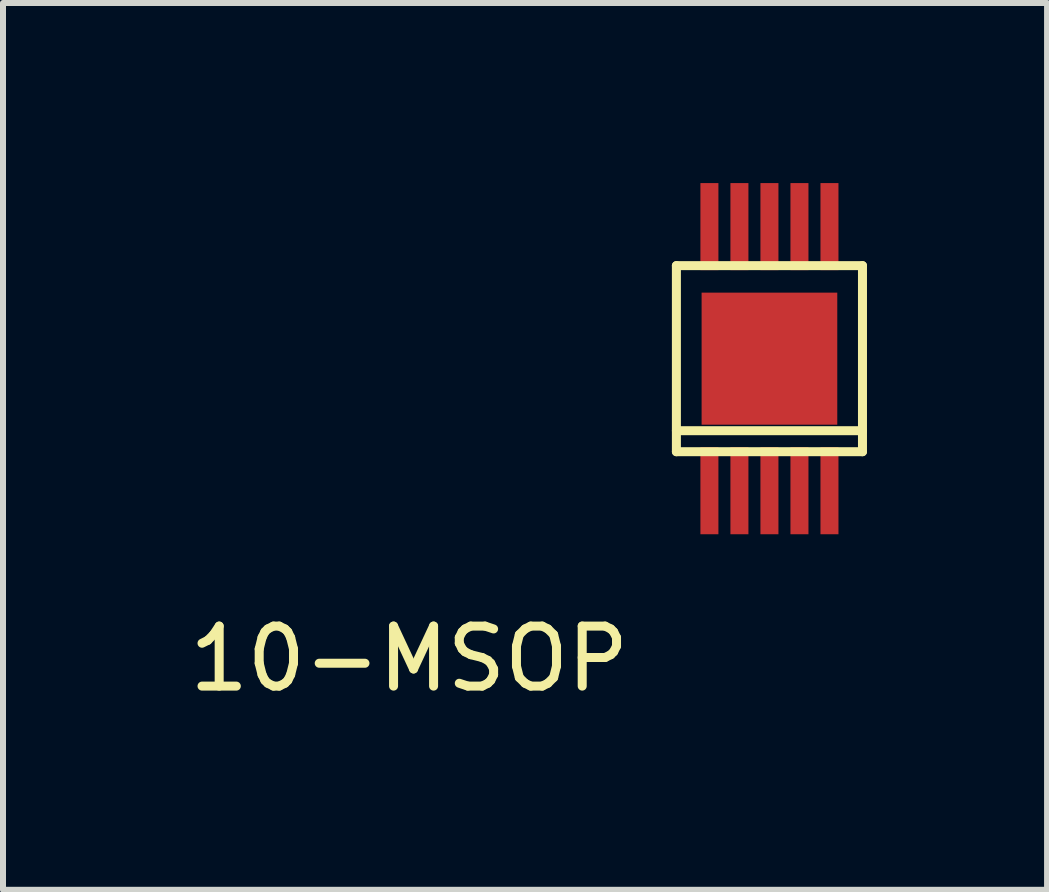
<source format=kicad_pcb>
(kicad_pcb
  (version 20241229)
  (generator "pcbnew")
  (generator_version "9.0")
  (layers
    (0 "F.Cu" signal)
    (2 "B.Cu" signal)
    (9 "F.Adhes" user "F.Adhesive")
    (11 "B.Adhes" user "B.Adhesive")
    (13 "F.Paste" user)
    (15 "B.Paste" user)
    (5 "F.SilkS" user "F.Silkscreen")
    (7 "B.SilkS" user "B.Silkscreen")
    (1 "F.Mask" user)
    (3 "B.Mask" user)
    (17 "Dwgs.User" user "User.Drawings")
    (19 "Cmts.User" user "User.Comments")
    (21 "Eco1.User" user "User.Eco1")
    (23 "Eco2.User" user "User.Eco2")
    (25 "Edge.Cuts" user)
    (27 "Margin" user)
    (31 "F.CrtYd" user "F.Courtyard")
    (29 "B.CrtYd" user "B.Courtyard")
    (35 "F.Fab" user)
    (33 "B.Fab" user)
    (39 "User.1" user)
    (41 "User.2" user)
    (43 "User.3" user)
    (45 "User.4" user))
  (footprint "10-MSOP"
    (layer "F.Cu")
    (at 9.768 2.925)
    (property "Reference" "10-MSOP" (at -6 5 0) (layer "F.SilkS") (effects (font (size 1 1) (thickness 0.15))))
    (attr through_hole)
    (fp_line (start -1.55 -1.55) (end 1.55 -1.55) (stroke (width 0.15) (type solid)) (layer "F.SilkS"))
    (fp_line (start -1.55 1.2) (end 1.55 1.2) (stroke (width 0.15) (type solid)) (layer "F.SilkS"))
    (fp_line (start -1.55 1.55) (end -1.55 -1.55) (stroke (width 0.15) (type solid)) (layer "F.SilkS"))
    (fp_line (start 1.55 -1.55) (end 1.55 1.55) (stroke (width 0.15) (type solid)) (layer "F.SilkS"))
    (fp_line (start 1.55 1.55) (end -1.55 1.55) (stroke (width 0.15) (type solid)) (layer "F.SilkS"))
    (pad "1" smd rect (at -1 2.2) (size 0.3 1.45) (layers "F.Cu" "F.Mask" "F.Paste"))
    (pad "2" smd rect (at -0.5 2.2) (size 0.3 1.45) (layers "F.Cu" "F.Mask" "F.Paste"))
    (pad "3" smd rect (at 0 2.2) (size 0.3 1.45) (layers "F.Cu" "F.Mask" "F.Paste"))
    (pad "4" smd rect (at 0.5 2.2) (size 0.3 1.45) (layers "F.Cu" "F.Mask" "F.Paste"))
    (pad "5" smd rect (at 1 2.2) (size 0.3 1.45) (layers "F.Cu" "F.Mask" "F.Paste"))
    (pad "6" smd rect (at 1 -2.2) (size 0.3 1.45) (layers "F.Cu" "F.Mask" "F.Paste"))
    (pad "7" smd rect (at 0.5 -2.2) (size 0.3 1.45) (layers "F.Cu" "F.Mask" "F.Paste"))
    (pad "8" smd rect (at 0 -2.2) (size 0.3 1.45) (layers "F.Cu" "F.Mask" "F.Paste"))
    (pad "9" smd rect (at -0.5 -2.2) (size 0.3 1.45) (layers "F.Cu" "F.Mask" "F.Paste"))
    (pad "10" smd rect (at -1 -2.2) (size 0.3 1.45) (layers "F.Cu" "F.Mask" "F.Paste"))
    (pad "11" smd rect (at 0 0) (size 2.26 2.2) (layers "F.Cu" "F.Mask" "F.Paste")))
  (gr_rect
    (start -3 -3)
    (end 14.393 11.773)
    (stroke (width 0.1) (type default))
    (fill no)
    (layer "Edge.Cuts")))
</source>
